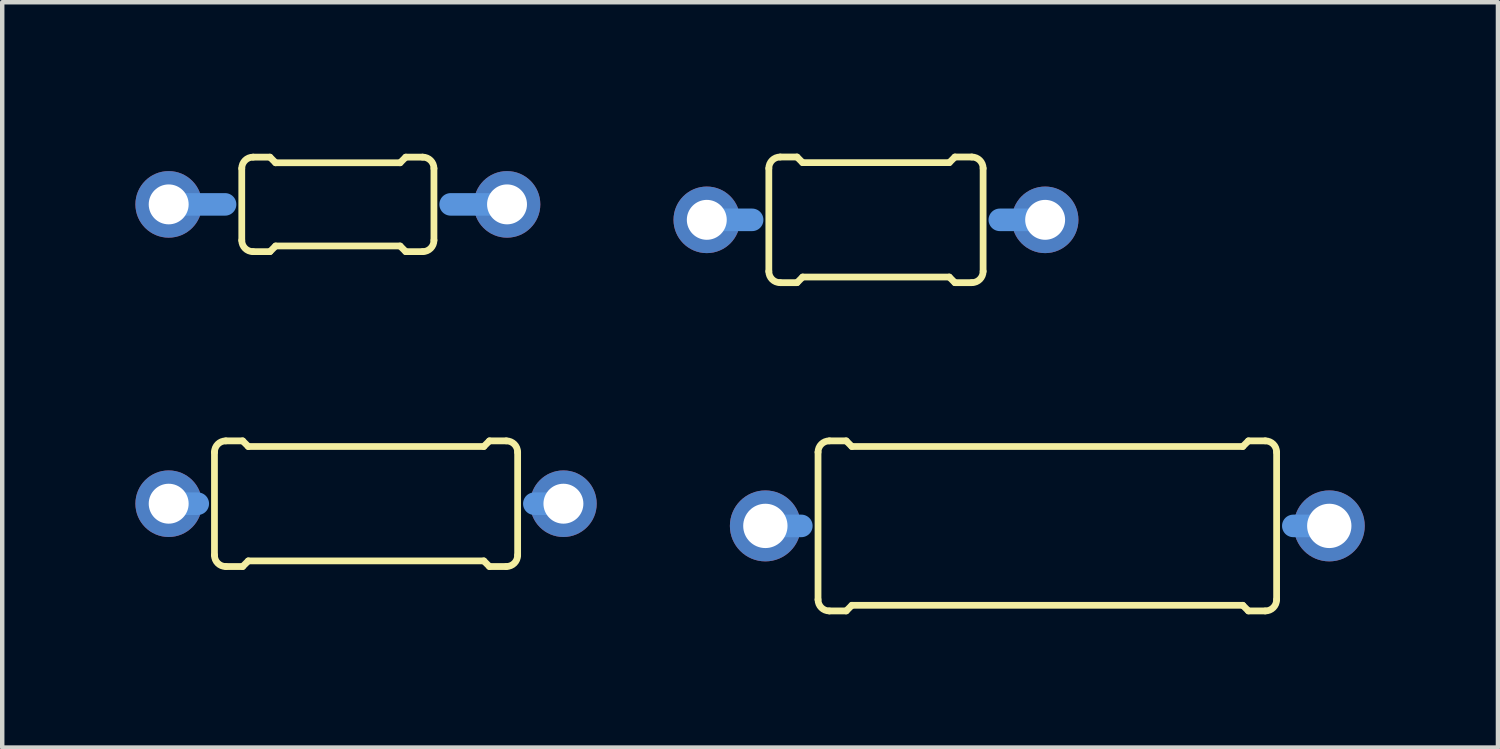
<source format=kicad_pcb>
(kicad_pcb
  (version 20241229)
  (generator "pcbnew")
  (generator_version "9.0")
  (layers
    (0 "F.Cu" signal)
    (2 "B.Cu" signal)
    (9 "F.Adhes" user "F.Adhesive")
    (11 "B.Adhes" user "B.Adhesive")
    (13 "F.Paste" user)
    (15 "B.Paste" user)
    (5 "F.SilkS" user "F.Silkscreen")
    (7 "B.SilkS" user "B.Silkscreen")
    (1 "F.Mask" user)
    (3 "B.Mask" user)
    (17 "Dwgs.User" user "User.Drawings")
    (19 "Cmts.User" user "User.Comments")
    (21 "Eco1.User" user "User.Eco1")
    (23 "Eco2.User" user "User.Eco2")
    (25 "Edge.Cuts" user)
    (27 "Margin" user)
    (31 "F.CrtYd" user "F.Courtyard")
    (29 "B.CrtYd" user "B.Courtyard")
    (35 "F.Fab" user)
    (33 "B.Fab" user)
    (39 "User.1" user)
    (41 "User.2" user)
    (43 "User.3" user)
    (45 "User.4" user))
  (footprint "TFI0307"
    (layer "F.Cu")
    (at 5.194 8.294)
    (property "Reference" "TFI0307" (at -0.559 -1.148 0) (layer "Eco1.User") (effects (font (size 0.991 0.991) (thickness 0.099))))
    (attr through_hole)
    (fp_line (start -3.414 1.161) (end -3.414 -1.161) (stroke (width 0.152) (type solid)) (layer "F.SilkS"))
    (fp_line (start -3.16 -1.415) (end -2.779 -1.415) (stroke (width 0.152) (type solid)) (layer "F.SilkS"))
    (fp_line (start -3.16 1.415) (end -2.779 1.415) (stroke (width 0.152) (type solid)) (layer "F.SilkS"))
    (fp_line (start -2.652 -1.288) (end -2.779 -1.415) (stroke (width 0.152) (type solid)) (layer "F.SilkS"))
    (fp_line (start -2.652 1.288) (end -2.779 1.415) (stroke (width 0.152) (type solid)) (layer "F.SilkS"))
    (fp_line (start 2.652 -1.288) (end -2.652 -1.288) (stroke (width 0.152) (type solid)) (layer "F.SilkS"))
    (fp_line (start 2.652 -1.288) (end 2.779 -1.415) (stroke (width 0.152) (type solid)) (layer "F.SilkS"))
    (fp_line (start 2.652 1.288) (end -2.652 1.288) (stroke (width 0.152) (type solid)) (layer "F.SilkS"))
    (fp_line (start 2.652 1.288) (end 2.779 1.415) (stroke (width 0.152) (type solid)) (layer "F.SilkS"))
    (fp_line (start 3.16 -1.415) (end 2.779 -1.415) (stroke (width 0.152) (type solid)) (layer "F.SilkS"))
    (fp_line (start 3.16 1.415) (end 2.779 1.415) (stroke (width 0.152) (type solid)) (layer "F.SilkS"))
    (fp_line (start 3.414 1.161) (end 3.414 -1.161) (stroke (width 0.152) (type solid)) (layer "F.SilkS"))
    (fp_arc (start -3.41376 -1.16078) (mid -3.339365 -1.340385) (end -3.15976 -1.41478) (stroke (width 0.1524) (type solid)) (layer "F.SilkS"))
    (fp_arc (start -3.15976 1.41478) (mid -3.339365 1.340385) (end -3.41376 1.16078) (stroke (width 0.1524) (type solid)) (layer "F.SilkS"))
    (fp_arc (start 3.15976 -1.41478) (mid 3.339365 -1.340385) (end 3.41376 -1.16078) (stroke (width 0.1524) (type solid)) (layer "F.SilkS"))
    (fp_arc (start 3.41376 1.16078) (mid 3.339365 1.340385) (end 3.15976 1.41478) (stroke (width 0.1524) (type solid)) (layer "F.SilkS"))
    (fp_line (start -4.445 0) (end -3.79 0) (stroke (width 0.508) (type solid)) (layer "Cmts.User"))
    (fp_line (start 4.445 0) (end 3.79 0) (stroke (width 0.508) (type solid)) (layer "Cmts.User"))
    (pad "1" thru_hole oval (at -4.445 0) (size 1.499 1.499) (drill 0.899) (layers "*.Cu" "*.Mask"))
    (pad "2" thru_hole oval (at 4.445 0) (size 1.499 1.499) (drill 0.899) (layers "*.Cu" "*.Mask")))
  (footprint "TFI0204"
    (layer "F.Cu")
    (at 4.559 1.553)
    (property "Reference" "TFI0204" (at -0.559 -0.8 0) (layer "Eco1.User") (effects (font (size 0.991 0.991) (thickness 0.099))))
    (attr through_hole)
    (fp_line (start -2.164 0.81) (end -2.164 -0.81) (stroke (width 0.152) (type solid)) (layer "F.SilkS"))
    (fp_line (start -1.91 -1.064) (end -1.529 -1.064) (stroke (width 0.152) (type solid)) (layer "F.SilkS"))
    (fp_line (start -1.91 1.064) (end -1.529 1.064) (stroke (width 0.152) (type solid)) (layer "F.SilkS"))
    (fp_line (start -1.402 -0.937) (end -1.529 -1.064) (stroke (width 0.152) (type solid)) (layer "F.SilkS"))
    (fp_line (start -1.402 0.937) (end -1.529 1.064) (stroke (width 0.152) (type solid)) (layer "F.SilkS"))
    (fp_line (start 1.402 -0.937) (end -1.402 -0.937) (stroke (width 0.152) (type solid)) (layer "F.SilkS"))
    (fp_line (start 1.402 -0.937) (end 1.529 -1.064) (stroke (width 0.152) (type solid)) (layer "F.SilkS"))
    (fp_line (start 1.402 0.937) (end -1.402 0.937) (stroke (width 0.152) (type solid)) (layer "F.SilkS"))
    (fp_line (start 1.402 0.937) (end 1.529 1.064) (stroke (width 0.152) (type solid)) (layer "F.SilkS"))
    (fp_line (start 1.91 -1.064) (end 1.529 -1.064) (stroke (width 0.152) (type solid)) (layer "F.SilkS"))
    (fp_line (start 1.91 1.064) (end 1.529 1.064) (stroke (width 0.152) (type solid)) (layer "F.SilkS"))
    (fp_line (start 2.164 0.81) (end 2.164 -0.81) (stroke (width 0.152) (type solid)) (layer "F.SilkS"))
    (fp_arc (start -2.16408 -0.81026) (mid -2.089685 -0.989865) (end -1.91008 -1.06426) (stroke (width 0.1524) (type solid)) (layer "F.SilkS"))
    (fp_arc (start -1.91008 1.06426) (mid -2.089685 0.989865) (end -2.16408 0.81026) (stroke (width 0.1524) (type solid)) (layer "F.SilkS"))
    (fp_arc (start 1.91008 -1.06426) (mid 2.089685 -0.989865) (end 2.16408 -0.81026) (stroke (width 0.1524) (type solid)) (layer "F.SilkS"))
    (fp_arc (start 2.16408 0.81026) (mid 2.089685 0.989865) (end 1.91008 1.06426) (stroke (width 0.1524) (type solid)) (layer "F.SilkS"))
    (fp_line (start -3.81 0) (end -2.54 0) (stroke (width 0.508) (type solid)) (layer "Cmts.User"))
    (fp_line (start 3.81 0) (end 2.54 0) (stroke (width 0.508) (type solid)) (layer "Cmts.User"))
    (pad "1" thru_hole oval (at -3.81 0) (size 1.499 1.499) (drill 0.899) (layers "*.Cu" "*.Mask"))
    (pad "2" thru_hole oval (at 3.81 0) (size 1.499 1.499) (drill 0.899) (layers "*.Cu" "*.Mask")))
  (footprint "TFI0305"
    (layer "F.Cu")
    (at 16.678 1.901)
    (property "Reference" "TFI0305" (at -0.559 -1.148 0) (layer "Eco1.User") (effects (font (size 0.991 0.991) (thickness 0.099))))
    (attr through_hole)
    (fp_line (start -2.413 1.161) (end -2.413 -1.161) (stroke (width 0.152) (type solid)) (layer "F.SilkS"))
    (fp_line (start -2.159 -1.415) (end -1.778 -1.415) (stroke (width 0.152) (type solid)) (layer "F.SilkS"))
    (fp_line (start -2.159 1.415) (end -1.778 1.415) (stroke (width 0.152) (type solid)) (layer "F.SilkS"))
    (fp_line (start -1.651 -1.288) (end -1.778 -1.415) (stroke (width 0.152) (type solid)) (layer "F.SilkS"))
    (fp_line (start -1.651 1.288) (end -1.778 1.415) (stroke (width 0.152) (type solid)) (layer "F.SilkS"))
    (fp_line (start 1.651 -1.288) (end -1.651 -1.288) (stroke (width 0.152) (type solid)) (layer "F.SilkS"))
    (fp_line (start 1.651 -1.288) (end 1.778 -1.415) (stroke (width 0.152) (type solid)) (layer "F.SilkS"))
    (fp_line (start 1.651 1.288) (end -1.651 1.288) (stroke (width 0.152) (type solid)) (layer "F.SilkS"))
    (fp_line (start 1.651 1.288) (end 1.778 1.415) (stroke (width 0.152) (type solid)) (layer "F.SilkS"))
    (fp_line (start 2.159 -1.415) (end 1.778 -1.415) (stroke (width 0.152) (type solid)) (layer "F.SilkS"))
    (fp_line (start 2.159 1.415) (end 1.778 1.415) (stroke (width 0.152) (type solid)) (layer "F.SilkS"))
    (fp_line (start 2.413 1.161) (end 2.413 -1.161) (stroke (width 0.152) (type solid)) (layer "F.SilkS"))
    (fp_arc (start -2.413 -1.16078) (mid -2.338605 -1.340385) (end -2.159 -1.41478) (stroke (width 0.1524) (type solid)) (layer "F.SilkS"))
    (fp_arc (start -2.159 1.41478) (mid -2.338605 1.340385) (end -2.413 1.16078) (stroke (width 0.1524) (type solid)) (layer "F.SilkS"))
    (fp_arc (start 2.159 -1.41478) (mid 2.338605 -1.340385) (end 2.413 -1.16078) (stroke (width 0.1524) (type solid)) (layer "F.SilkS"))
    (fp_arc (start 2.413 1.16078) (mid 2.338605 1.340385) (end 2.159 1.41478) (stroke (width 0.1524) (type solid)) (layer "F.SilkS"))
    (fp_line (start -3.81 0) (end -2.789 0) (stroke (width 0.508) (type solid)) (layer "Cmts.User"))
    (fp_line (start 3.81 0) (end 2.789 0) (stroke (width 0.508) (type solid)) (layer "Cmts.User"))
    (pad "1" thru_hole oval (at -3.81 0) (size 1.499 1.499) (drill 0.899) (layers "*.Cu" "*.Mask"))
    (pad "2" thru_hole oval (at 3.81 0) (size 1.499 1.499) (drill 0.899) (layers "*.Cu" "*.Mask")))
  (footprint "TFI0410"
    (layer "F.Cu")
    (at 20.537 8.794)
    (property "Reference" "TFI0410" (at -0.559 -1.648 0) (layer "Eco1.User") (effects (font (size 0.991 0.991) (thickness 0.099))))
    (attr through_hole)
    (fp_line (start -5.164 1.661) (end -5.164 -1.661) (stroke (width 0.152) (type solid)) (layer "F.SilkS"))
    (fp_line (start -4.91 -1.915) (end -4.529 -1.915) (stroke (width 0.152) (type solid)) (layer "F.SilkS"))
    (fp_line (start -4.91 1.915) (end -4.529 1.915) (stroke (width 0.152) (type solid)) (layer "F.SilkS"))
    (fp_line (start -4.402 -1.788) (end -4.529 -1.915) (stroke (width 0.152) (type solid)) (layer "F.SilkS"))
    (fp_line (start -4.402 1.788) (end -4.529 1.915) (stroke (width 0.152) (type solid)) (layer "F.SilkS"))
    (fp_line (start 4.402 -1.788) (end -4.402 -1.788) (stroke (width 0.152) (type solid)) (layer "F.SilkS"))
    (fp_line (start 4.402 -1.788) (end 4.529 -1.915) (stroke (width 0.152) (type solid)) (layer "F.SilkS"))
    (fp_line (start 4.402 1.788) (end -4.402 1.788) (stroke (width 0.152) (type solid)) (layer "F.SilkS"))
    (fp_line (start 4.402 1.788) (end 4.529 1.915) (stroke (width 0.152) (type solid)) (layer "F.SilkS"))
    (fp_line (start 4.91 -1.915) (end 4.529 -1.915) (stroke (width 0.152) (type solid)) (layer "F.SilkS"))
    (fp_line (start 4.91 1.915) (end 4.529 1.915) (stroke (width 0.152) (type solid)) (layer "F.SilkS"))
    (fp_line (start 5.164 1.661) (end 5.164 -1.661) (stroke (width 0.152) (type solid)) (layer "F.SilkS"))
    (fp_arc (start -5.16382 -1.66116) (mid -5.089425 -1.840765) (end -4.90982 -1.91516) (stroke (width 0.1524) (type solid)) (layer "F.SilkS"))
    (fp_arc (start -4.90982 1.91516) (mid -5.089425 1.840765) (end -5.16382 1.66116) (stroke (width 0.1524) (type solid)) (layer "F.SilkS"))
    (fp_arc (start 4.90982 -1.91516) (mid 5.089425 -1.840765) (end 5.16382 -1.66116) (stroke (width 0.1524) (type solid)) (layer "F.SilkS"))
    (fp_arc (start 5.16382 1.66116) (mid 5.089425 1.840765) (end 4.90982 1.91516) (stroke (width 0.1524) (type solid)) (layer "F.SilkS"))
    (fp_line (start -6.35 0) (end -5.54 0) (stroke (width 0.508) (type solid)) (layer "Cmts.User"))
    (fp_line (start 6.35 0) (end 5.54 0) (stroke (width 0.508) (type solid)) (layer "Cmts.User"))
    (pad "1" thru_hole oval (at -6.35 0) (size 1.598 1.598) (drill 0.998) (layers "*.Cu" "*.Mask"))
    (pad "2" thru_hole oval (at 6.35 0) (size 1.598 1.598) (drill 0.998) (layers "*.Cu" "*.Mask")))
  (gr_rect
    (start -3 -3)
    (end 30.686 13.786)
    (stroke (width 0.1) (type default))
    (fill no)
    (layer "Edge.Cuts")))
</source>
